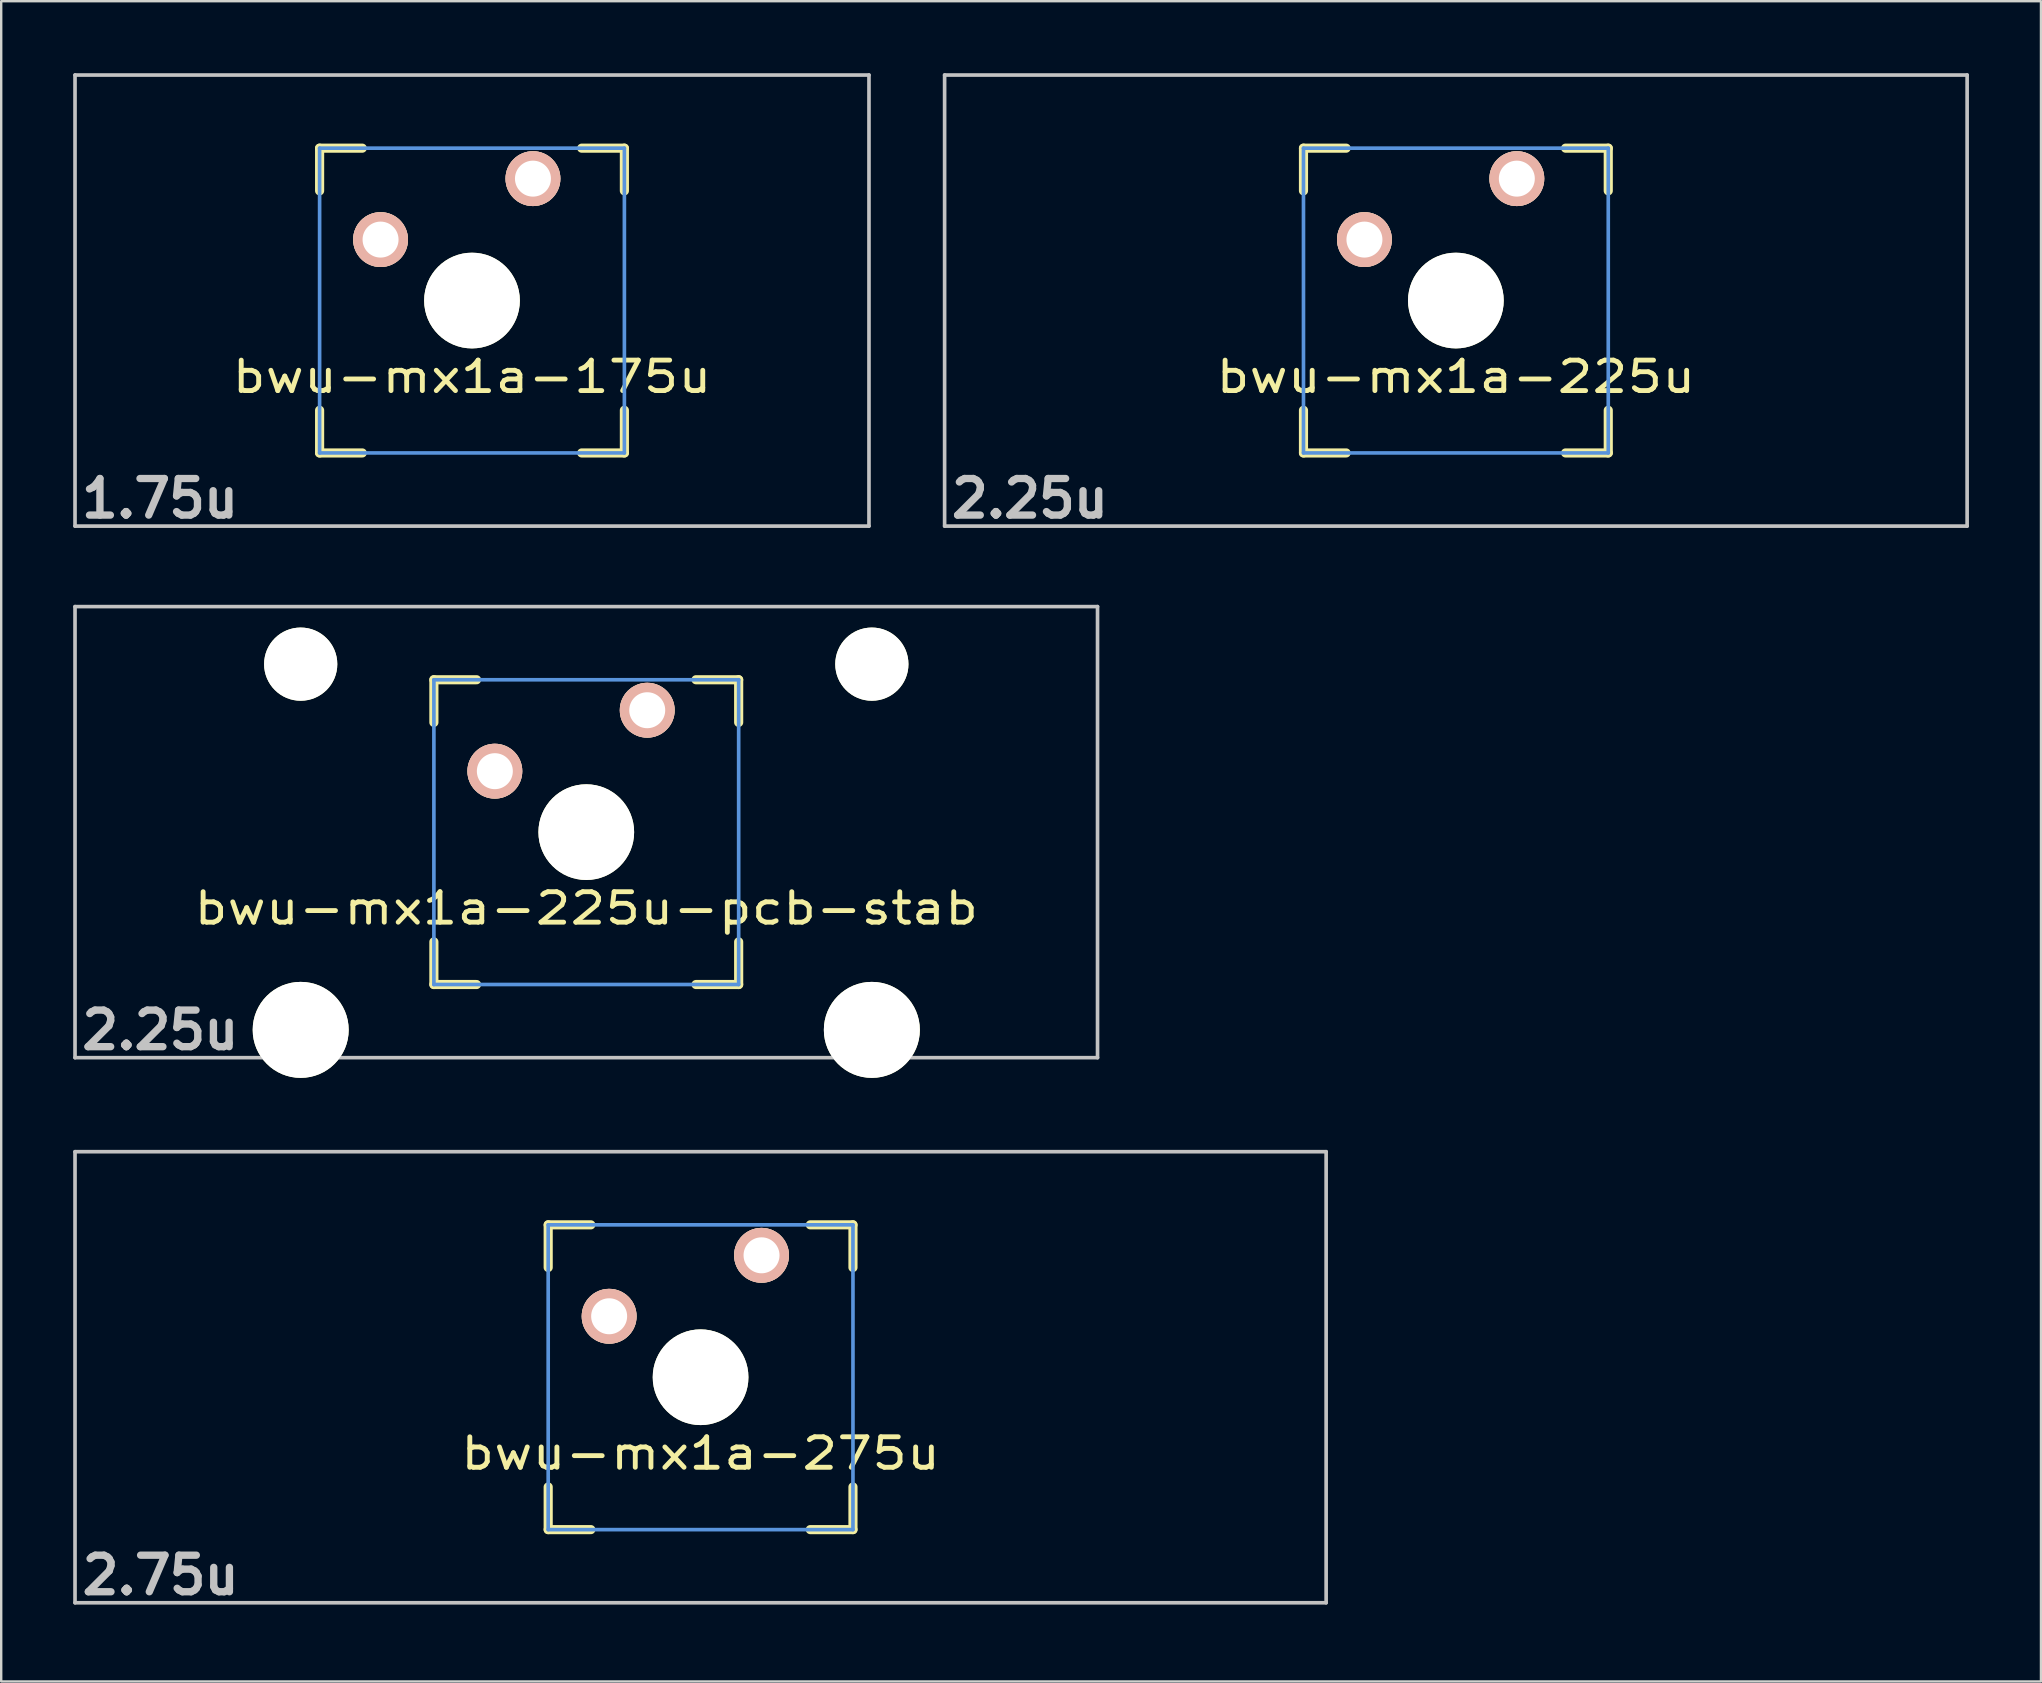
<source format=kicad_pcb>
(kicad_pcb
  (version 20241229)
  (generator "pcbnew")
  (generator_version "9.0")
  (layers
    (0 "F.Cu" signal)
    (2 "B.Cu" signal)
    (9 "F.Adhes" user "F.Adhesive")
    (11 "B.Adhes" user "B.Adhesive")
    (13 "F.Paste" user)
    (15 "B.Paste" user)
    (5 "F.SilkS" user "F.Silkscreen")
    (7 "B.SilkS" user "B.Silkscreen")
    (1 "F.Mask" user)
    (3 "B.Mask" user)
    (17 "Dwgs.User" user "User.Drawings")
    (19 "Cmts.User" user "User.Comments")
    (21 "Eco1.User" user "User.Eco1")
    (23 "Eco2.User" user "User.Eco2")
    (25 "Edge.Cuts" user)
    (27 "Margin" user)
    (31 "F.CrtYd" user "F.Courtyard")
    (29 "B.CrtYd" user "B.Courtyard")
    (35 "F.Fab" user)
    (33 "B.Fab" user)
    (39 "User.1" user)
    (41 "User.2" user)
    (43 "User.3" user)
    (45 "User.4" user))
  (footprint "bwu-mx1a-225u"
    (layer "F.Cu")
    (at 57.616 9.474)
    (property "Reference" "bwu-mx1a-225u" (at 0 3.175 0) (layer "F.SilkS") (effects (font (size 1.27 1.524) (thickness 0.203))))
    (attr through_hole)
    (fp_line (start -6.35 -6.35) (end -4.572 -6.35) (stroke (width 0.381) (type solid)) (layer "F.SilkS"))
    (fp_line (start -6.35 -4.572) (end -6.35 -6.35) (stroke (width 0.381) (type solid)) (layer "F.SilkS"))
    (fp_line (start -6.35 6.35) (end -6.35 4.572) (stroke (width 0.381) (type solid)) (layer "F.SilkS"))
    (fp_line (start -4.572 6.35) (end -6.35 6.35) (stroke (width 0.381) (type solid)) (layer "F.SilkS"))
    (fp_line (start 4.572 -6.35) (end 6.35 -6.35) (stroke (width 0.381) (type solid)) (layer "F.SilkS"))
    (fp_line (start 6.35 -6.35) (end 6.35 -4.572) (stroke (width 0.381) (type solid)) (layer "F.SilkS"))
    (fp_line (start 6.35 4.572) (end 6.35 6.35) (stroke (width 0.381) (type solid)) (layer "F.SilkS"))
    (fp_line (start 6.35 6.35) (end 4.572 6.35) (stroke (width 0.381) (type solid)) (layer "F.SilkS"))
    (fp_line (start -21.304 -9.398) (end 21.304 -9.398) (stroke (width 0.152) (type solid)) (layer "Dwgs.User"))
    (fp_line (start -21.304 9.398) (end -21.304 -9.398) (stroke (width 0.152) (type solid)) (layer "Dwgs.User"))
    (fp_line (start 21.304 -9.398) (end 21.304 9.398) (stroke (width 0.152) (type solid)) (layer "Dwgs.User"))
    (fp_line (start 21.304 9.398) (end -21.304 9.398) (stroke (width 0.152) (type solid)) (layer "Dwgs.User"))
    (fp_line (start -6.35 -6.35) (end 6.35 -6.35) (stroke (width 0.152) (type solid)) (layer "Cmts.User"))
    (fp_line (start -6.35 6.35) (end -6.35 -6.35) (stroke (width 0.152) (type solid)) (layer "Cmts.User"))
    (fp_line (start 6.35 -6.35) (end 6.35 6.35) (stroke (width 0.152) (type solid)) (layer "Cmts.User"))
    (fp_line (start 6.35 6.35) (end -6.35 6.35) (stroke (width 0.152) (type solid)) (layer "Cmts.User"))
    (fp_line (start -6.985 -6.985) (end 6.985 -6.985) (stroke (width 0.152) (type solid)) (layer "Eco2.User"))
    (fp_line (start -6.985 6.985) (end -6.985 -6.985) (stroke (width 0.152) (type solid)) (layer "Eco2.User"))
    (fp_line (start 6.985 -6.985) (end 6.985 6.985) (stroke (width 0.152) (type solid)) (layer "Eco2.User"))
    (fp_line (start 6.985 6.985) (end -6.985 6.985) (stroke (width 0.152) (type solid)) (layer "Eco2.User"))
    (fp_text user "2.25u" (at -17.75 8.25 0) (layer "Dwgs.User") (effects (font (size 1.524 1.524) (thickness 0.305))))
    (pad "" np_thru_hole circle (at 0 0) (size 3.988 3.988) (drill 3.988) (layers "*.Cu" "*.Mask" "F.SilkS"))
    (pad "1" thru_hole circle (at 2.54 -5.08) (size 2.286 2.286) (drill 1.499) (layers "*.Cu" "*.SilkS" "*.Mask"))
    (pad "2" thru_hole circle (at -3.81 -2.54) (size 2.286 2.286) (drill 1.499) (layers "*.Cu" "*.SilkS" "*.Mask")))
  (footprint "bwu-mx1a-175u"
    (layer "F.Cu")
    (at 16.618 9.474)
    (property "Reference" "bwu-mx1a-175u" (at 0 3.175 0) (layer "F.SilkS") (effects (font (size 1.27 1.524) (thickness 0.203))))
    (attr through_hole)
    (fp_line (start -6.35 -6.35) (end -4.572 -6.35) (stroke (width 0.381) (type solid)) (layer "F.SilkS"))
    (fp_line (start -6.35 -4.572) (end -6.35 -6.35) (stroke (width 0.381) (type solid)) (layer "F.SilkS"))
    (fp_line (start -6.35 6.35) (end -6.35 4.572) (stroke (width 0.381) (type solid)) (layer "F.SilkS"))
    (fp_line (start -4.572 6.35) (end -6.35 6.35) (stroke (width 0.381) (type solid)) (layer "F.SilkS"))
    (fp_line (start 4.572 -6.35) (end 6.35 -6.35) (stroke (width 0.381) (type solid)) (layer "F.SilkS"))
    (fp_line (start 6.35 -6.35) (end 6.35 -4.572) (stroke (width 0.381) (type solid)) (layer "F.SilkS"))
    (fp_line (start 6.35 4.572) (end 6.35 6.35) (stroke (width 0.381) (type solid)) (layer "F.SilkS"))
    (fp_line (start 6.35 6.35) (end 4.572 6.35) (stroke (width 0.381) (type solid)) (layer "F.SilkS"))
    (fp_line (start -16.542 -9.398) (end 16.542 -9.398) (stroke (width 0.152) (type solid)) (layer "Dwgs.User"))
    (fp_line (start -16.542 9.398) (end -16.542 -9.398) (stroke (width 0.152) (type solid)) (layer "Dwgs.User"))
    (fp_line (start 16.542 -9.398) (end 16.542 9.398) (stroke (width 0.152) (type solid)) (layer "Dwgs.User"))
    (fp_line (start 16.542 9.398) (end -16.542 9.398) (stroke (width 0.152) (type solid)) (layer "Dwgs.User"))
    (fp_line (start -6.35 -6.35) (end 6.35 -6.35) (stroke (width 0.152) (type solid)) (layer "Cmts.User"))
    (fp_line (start -6.35 6.35) (end -6.35 -6.35) (stroke (width 0.152) (type solid)) (layer "Cmts.User"))
    (fp_line (start 6.35 -6.35) (end 6.35 6.35) (stroke (width 0.152) (type solid)) (layer "Cmts.User"))
    (fp_line (start 6.35 6.35) (end -6.35 6.35) (stroke (width 0.152) (type solid)) (layer "Cmts.User"))
    (fp_line (start -6.985 -6.985) (end 6.985 -6.985) (stroke (width 0.152) (type solid)) (layer "Eco2.User"))
    (fp_line (start -6.985 6.985) (end -6.985 -6.985) (stroke (width 0.152) (type solid)) (layer "Eco2.User"))
    (fp_line (start 6.985 -6.985) (end 6.985 6.985) (stroke (width 0.152) (type solid)) (layer "Eco2.User"))
    (fp_line (start 6.985 6.985) (end -6.985 6.985) (stroke (width 0.152) (type solid)) (layer "Eco2.User"))
    (fp_text user "1.75u" (at -13 8.25 0) (layer "Dwgs.User") (effects (font (size 1.524 1.524) (thickness 0.305))))
    (pad "" np_thru_hole circle (at 0 0) (size 3.988 3.988) (drill 3.988) (layers "*.Cu" "*.Mask" "F.SilkS"))
    (pad "1" thru_hole circle (at 2.54 -5.08) (size 2.286 2.286) (drill 1.499) (layers "*.Cu" "*.SilkS" "*.Mask"))
    (pad "2" thru_hole circle (at -3.81 -2.54) (size 2.286 2.286) (drill 1.499) (layers "*.Cu" "*.SilkS" "*.Mask")))
  (footprint "bwu-mx1a-275u"
    (layer "F.Cu")
    (at 26.143 54.339)
    (property "Reference" "bwu-mx1a-275u" (at 0 3.175 0) (layer "F.SilkS") (effects (font (size 1.27 1.524) (thickness 0.203))))
    (attr through_hole)
    (fp_line (start -6.35 -6.35) (end -4.572 -6.35) (stroke (width 0.381) (type solid)) (layer "F.SilkS"))
    (fp_line (start -6.35 -4.572) (end -6.35 -6.35) (stroke (width 0.381) (type solid)) (layer "F.SilkS"))
    (fp_line (start -6.35 6.35) (end -6.35 4.572) (stroke (width 0.381) (type solid)) (layer "F.SilkS"))
    (fp_line (start -4.572 6.35) (end -6.35 6.35) (stroke (width 0.381) (type solid)) (layer "F.SilkS"))
    (fp_line (start 4.572 -6.35) (end 6.35 -6.35) (stroke (width 0.381) (type solid)) (layer "F.SilkS"))
    (fp_line (start 6.35 -6.35) (end 6.35 -4.572) (stroke (width 0.381) (type solid)) (layer "F.SilkS"))
    (fp_line (start 6.35 4.572) (end 6.35 6.35) (stroke (width 0.381) (type solid)) (layer "F.SilkS"))
    (fp_line (start 6.35 6.35) (end 4.572 6.35) (stroke (width 0.381) (type solid)) (layer "F.SilkS"))
    (fp_line (start -26.067 -9.398) (end 26.067 -9.398) (stroke (width 0.152) (type solid)) (layer "Dwgs.User"))
    (fp_line (start -26.067 9.398) (end -26.067 -9.398) (stroke (width 0.152) (type solid)) (layer "Dwgs.User"))
    (fp_line (start 26.067 -9.398) (end 26.067 9.398) (stroke (width 0.152) (type solid)) (layer "Dwgs.User"))
    (fp_line (start 26.067 9.398) (end -26.067 9.398) (stroke (width 0.152) (type solid)) (layer "Dwgs.User"))
    (fp_line (start -6.35 -6.35) (end 6.35 -6.35) (stroke (width 0.152) (type solid)) (layer "Cmts.User"))
    (fp_line (start -6.35 6.35) (end -6.35 -6.35) (stroke (width 0.152) (type solid)) (layer "Cmts.User"))
    (fp_line (start 6.35 -6.35) (end 6.35 6.35) (stroke (width 0.152) (type solid)) (layer "Cmts.User"))
    (fp_line (start 6.35 6.35) (end -6.35 6.35) (stroke (width 0.152) (type solid)) (layer "Cmts.User"))
    (fp_line (start -6.985 -6.985) (end 6.985 -6.985) (stroke (width 0.152) (type solid)) (layer "Eco2.User"))
    (fp_line (start -6.985 6.985) (end -6.985 -6.985) (stroke (width 0.152) (type solid)) (layer "Eco2.User"))
    (fp_line (start 6.985 -6.985) (end 6.985 6.985) (stroke (width 0.152) (type solid)) (layer "Eco2.User"))
    (fp_line (start 6.985 6.985) (end -6.985 6.985) (stroke (width 0.152) (type solid)) (layer "Eco2.User"))
    (fp_text user "2.75u" (at -22.5 8.25 0) (layer "Dwgs.User") (effects (font (size 1.524 1.524) (thickness 0.305))))
    (pad "" np_thru_hole circle (at 0 0) (size 3.988 3.988) (drill 3.988) (layers "*.Cu" "*.Mask" "F.SilkS"))
    (pad "1" thru_hole circle (at 2.54 -5.08) (size 2.286 2.286) (drill 1.499) (layers "*.Cu" "*.SilkS" "*.Mask"))
    (pad "2" thru_hole circle (at -3.81 -2.54) (size 2.286 2.286) (drill 1.499) (layers "*.Cu" "*.SilkS" "*.Mask")))
  (footprint "bwu-mx1a-225u-pcb-stab"
    (layer "F.Cu")
    (at 21.38 31.625)
    (property "Reference" "bwu-mx1a-225u-pcb-stab" (at 0 3.175 0) (layer "F.SilkS") (effects (font (size 1.27 1.524) (thickness 0.203))))
    (attr through_hole)
    (fp_line (start -6.35 -6.35) (end -4.572 -6.35) (stroke (width 0.381) (type solid)) (layer "F.SilkS"))
    (fp_line (start -6.35 -4.572) (end -6.35 -6.35) (stroke (width 0.381) (type solid)) (layer "F.SilkS"))
    (fp_line (start -6.35 6.35) (end -6.35 4.572) (stroke (width 0.381) (type solid)) (layer "F.SilkS"))
    (fp_line (start -4.572 6.35) (end -6.35 6.35) (stroke (width 0.381) (type solid)) (layer "F.SilkS"))
    (fp_line (start 4.572 -6.35) (end 6.35 -6.35) (stroke (width 0.381) (type solid)) (layer "F.SilkS"))
    (fp_line (start 6.35 -6.35) (end 6.35 -4.572) (stroke (width 0.381) (type solid)) (layer "F.SilkS"))
    (fp_line (start 6.35 4.572) (end 6.35 6.35) (stroke (width 0.381) (type solid)) (layer "F.SilkS"))
    (fp_line (start 6.35 6.35) (end 4.572 6.35) (stroke (width 0.381) (type solid)) (layer "F.SilkS"))
    (fp_line (start -21.304 -9.398) (end 21.304 -9.398) (stroke (width 0.152) (type solid)) (layer "Dwgs.User"))
    (fp_line (start -21.304 9.398) (end -21.304 -9.398) (stroke (width 0.152) (type solid)) (layer "Dwgs.User"))
    (fp_line (start 21.304 -9.398) (end 21.304 9.398) (stroke (width 0.152) (type solid)) (layer "Dwgs.User"))
    (fp_line (start 21.304 9.398) (end -21.304 9.398) (stroke (width 0.152) (type solid)) (layer "Dwgs.User"))
    (fp_line (start -6.35 -6.35) (end 6.35 -6.35) (stroke (width 0.152) (type solid)) (layer "Cmts.User"))
    (fp_line (start -6.35 6.35) (end -6.35 -6.35) (stroke (width 0.152) (type solid)) (layer "Cmts.User"))
    (fp_line (start 6.35 -6.35) (end 6.35 6.35) (stroke (width 0.152) (type solid)) (layer "Cmts.User"))
    (fp_line (start 6.35 6.35) (end -6.35 6.35) (stroke (width 0.152) (type solid)) (layer "Cmts.User"))
    (fp_line (start -6.985 -6.985) (end 6.985 -6.985) (stroke (width 0.152) (type solid)) (layer "Eco2.User"))
    (fp_line (start -6.985 6.985) (end -6.985 -6.985) (stroke (width 0.152) (type solid)) (layer "Eco2.User"))
    (fp_line (start 6.985 -6.985) (end 6.985 6.985) (stroke (width 0.152) (type solid)) (layer "Eco2.User"))
    (fp_line (start 6.985 6.985) (end -6.985 6.985) (stroke (width 0.152) (type solid)) (layer "Eco2.User"))
    (fp_text user "2.25u" (at -17.75 8.25 0) (layer "Dwgs.User") (effects (font (size 1.524 1.524) (thickness 0.305))))
    (pad "" np_thru_hole circle (at -11.9 -7) (size 3.05 3.05) (drill 3.05) (layers "*.Cu" "*.Mask" "F.SilkS"))
    (pad "" np_thru_hole circle (at -11.9 8.24) (size 4 4) (drill 4) (layers "*.Cu" "*.Mask" "F.SilkS"))
    (pad "" np_thru_hole circle (at 0 0) (size 3.988 3.988) (drill 3.988) (layers "*.Cu" "*.Mask" "F.SilkS"))
    (pad "" np_thru_hole circle (at 11.9 -7) (size 3.05 3.05) (drill 3.05) (layers "*.Cu" "*.Mask" "F.SilkS"))
    (pad "" np_thru_hole circle (at 11.9 8.24) (size 4 4) (drill 4) (layers "*.Cu" "*.Mask" "F.SilkS"))
    (pad "1" thru_hole circle (at 2.54 -5.08) (size 2.286 2.286) (drill 1.499) (layers "*.Cu" "*.SilkS" "*.Mask"))
    (pad "2" thru_hole circle (at -3.81 -2.54) (size 2.286 2.286) (drill 1.499) (layers "*.Cu" "*.SilkS" "*.Mask")))
  (gr_rect
    (start -3 -3)
    (end 81.997 67.016)
    (stroke (width 0.1) (type default))
    (fill no)
    (layer "Edge.Cuts")))
</source>
